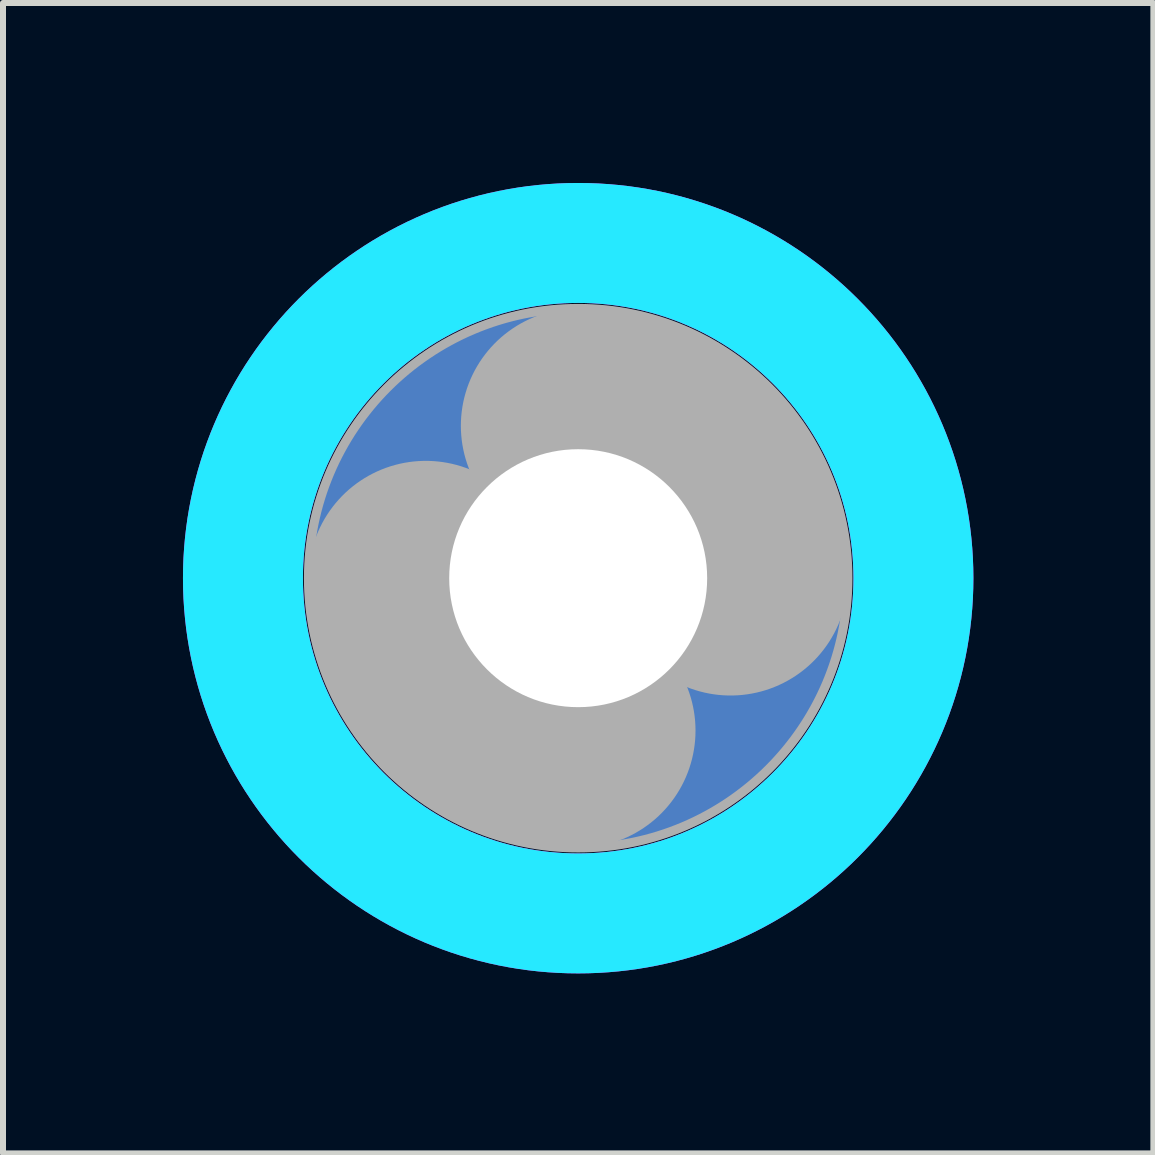
<source format=kicad_pcb>
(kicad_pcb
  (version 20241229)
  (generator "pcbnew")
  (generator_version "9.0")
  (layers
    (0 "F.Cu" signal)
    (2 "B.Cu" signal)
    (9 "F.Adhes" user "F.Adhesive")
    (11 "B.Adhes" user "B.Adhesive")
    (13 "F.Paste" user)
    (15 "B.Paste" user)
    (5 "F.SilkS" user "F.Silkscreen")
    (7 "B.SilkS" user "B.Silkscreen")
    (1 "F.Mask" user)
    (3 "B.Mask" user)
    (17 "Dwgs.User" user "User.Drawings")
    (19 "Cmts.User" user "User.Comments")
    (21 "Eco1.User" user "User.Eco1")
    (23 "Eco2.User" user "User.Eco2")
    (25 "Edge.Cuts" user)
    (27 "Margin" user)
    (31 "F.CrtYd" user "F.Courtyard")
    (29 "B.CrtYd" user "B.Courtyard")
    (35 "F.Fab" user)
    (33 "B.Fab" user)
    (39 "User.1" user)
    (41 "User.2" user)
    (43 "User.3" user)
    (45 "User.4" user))
  (footprint "footprint"
    (layer "F.Cu")
    (at 6.588 6.588)
    (property "Reference" "footprint" (at 0 0 0) (layer "F.SilkS") (effects (font (size 1.27 1.27) (thickness 0.15))))
    (fp_circle (center 0 0) (end 2.25 0) (stroke (width 0.152) (type solid)) (fill no) (layer "F.SilkS"))
    (fp_circle (center 0 0) (end 5.588 0) (stroke (width 2) (type solid)) (fill no) (layer "B.CrtYd"))
    (fp_circle (center 0 0) (end 5.588 0) (stroke (width 2) (type solid)) (fill no) (layer "F.CrtYd"))
    (fp_arc (start 0 -2.54) (mid 1.796051 -1.796051) (end 2.54 0) (stroke (width 3.9116) (type solid)) (layer "F.Fab"))
    (fp_arc (start 0 2.54) (mid -1.796051 1.796051) (end -2.54 0) (stroke (width 3.9116) (type solid)) (layer "F.Fab"))
    (fp_circle (center 0 0) (end 0.762 0) (stroke (width 0.457) (type solid)) (fill no) (layer "F.Fab"))
    (fp_circle (center 0 0) (end 4.496 0) (stroke (width 0.152) (type solid)) (fill no) (layer "F.Fab"))
    (pad "B4,3" thru_hole circle (at 0 0) (size 9 9) (drill 4.3) (layers "*.Cu" "*.Mask"))
    (zone (net_name "") (layers "F.Cu" "B.Cu") (hatch edge 0.508) (connect_pads) (min_thickness 0.254) (filled_areas_thickness no) (keepout (tracks allowed) (vias not_allowed) (pads allowed) (copperpour allowed) (footprints allowed)) (placement (enabled no)) (fill) (polygon (pts (xy 13.176 6.588) (xy 13.076 5.444) (xy 12.779 4.335) (xy 12.293 3.294) (xy 11.635 2.353) (xy 10.823 1.541) (xy 9.882 0.883) (xy 8.841 0.397) (xy 7.732 0.1) (xy 6.588 0) (xy 5.444 0.1) (xy 4.335 0.397) (xy 3.294 0.883) (xy 2.353 1.541) (xy 1.541 2.353) (xy 0.883 3.294) (xy 0.397 4.335) (xy 0.1 5.444) (xy 0 6.588) (xy 0.1 7.732) (xy 0.397 8.841) (xy 0.883 9.882) (xy 1.541 10.823) (xy 2.353 11.635) (xy 3.294 12.293) (xy 4.335 12.779) (xy 5.444 13.076) (xy 6.588 13.176) (xy 7.732 13.076) (xy 8.841 12.779) (xy 9.882 12.293) (xy 10.823 11.635) (xy 11.635 10.823) (xy 12.293 9.882) (xy 12.779 8.841) (xy 13.076 7.732))) (polygon (pts (xy 11.176 6.588) (xy 11.106 5.791) (xy 10.899 5.019) (xy 10.561 4.294) (xy 10.103 3.639) (xy 9.537 3.073) (xy 8.882 2.615) (xy 8.157 2.277) (xy 7.385 2.07) (xy 6.588 2) (xy 5.791 2.07) (xy 5.019 2.277) (xy 4.294 2.615) (xy 3.639 3.073) (xy 3.073 3.639) (xy 2.615 4.294) (xy 2.277 5.019) (xy 2.07 5.791) (xy 2 6.588) (xy 2.07 7.385) (xy 2.277 8.157) (xy 2.615 8.882) (xy 3.073 9.537) (xy 3.639 10.103) (xy 4.294 10.561) (xy 5.019 10.899) (xy 5.791 11.106) (xy 6.588 11.176) (xy 7.385 11.106) (xy 8.157 10.899) (xy 8.882 10.561) (xy 9.537 10.103) (xy 10.103 9.537) (xy 10.561 8.882) (xy 10.899 8.157) (xy 11.106 7.385)))))
  (gr_rect
    (start -3 -3)
    (end 16.176 16.176)
    (stroke (width 0.1) (type default))
    (fill no)
    (layer "Edge.Cuts")))
</source>
